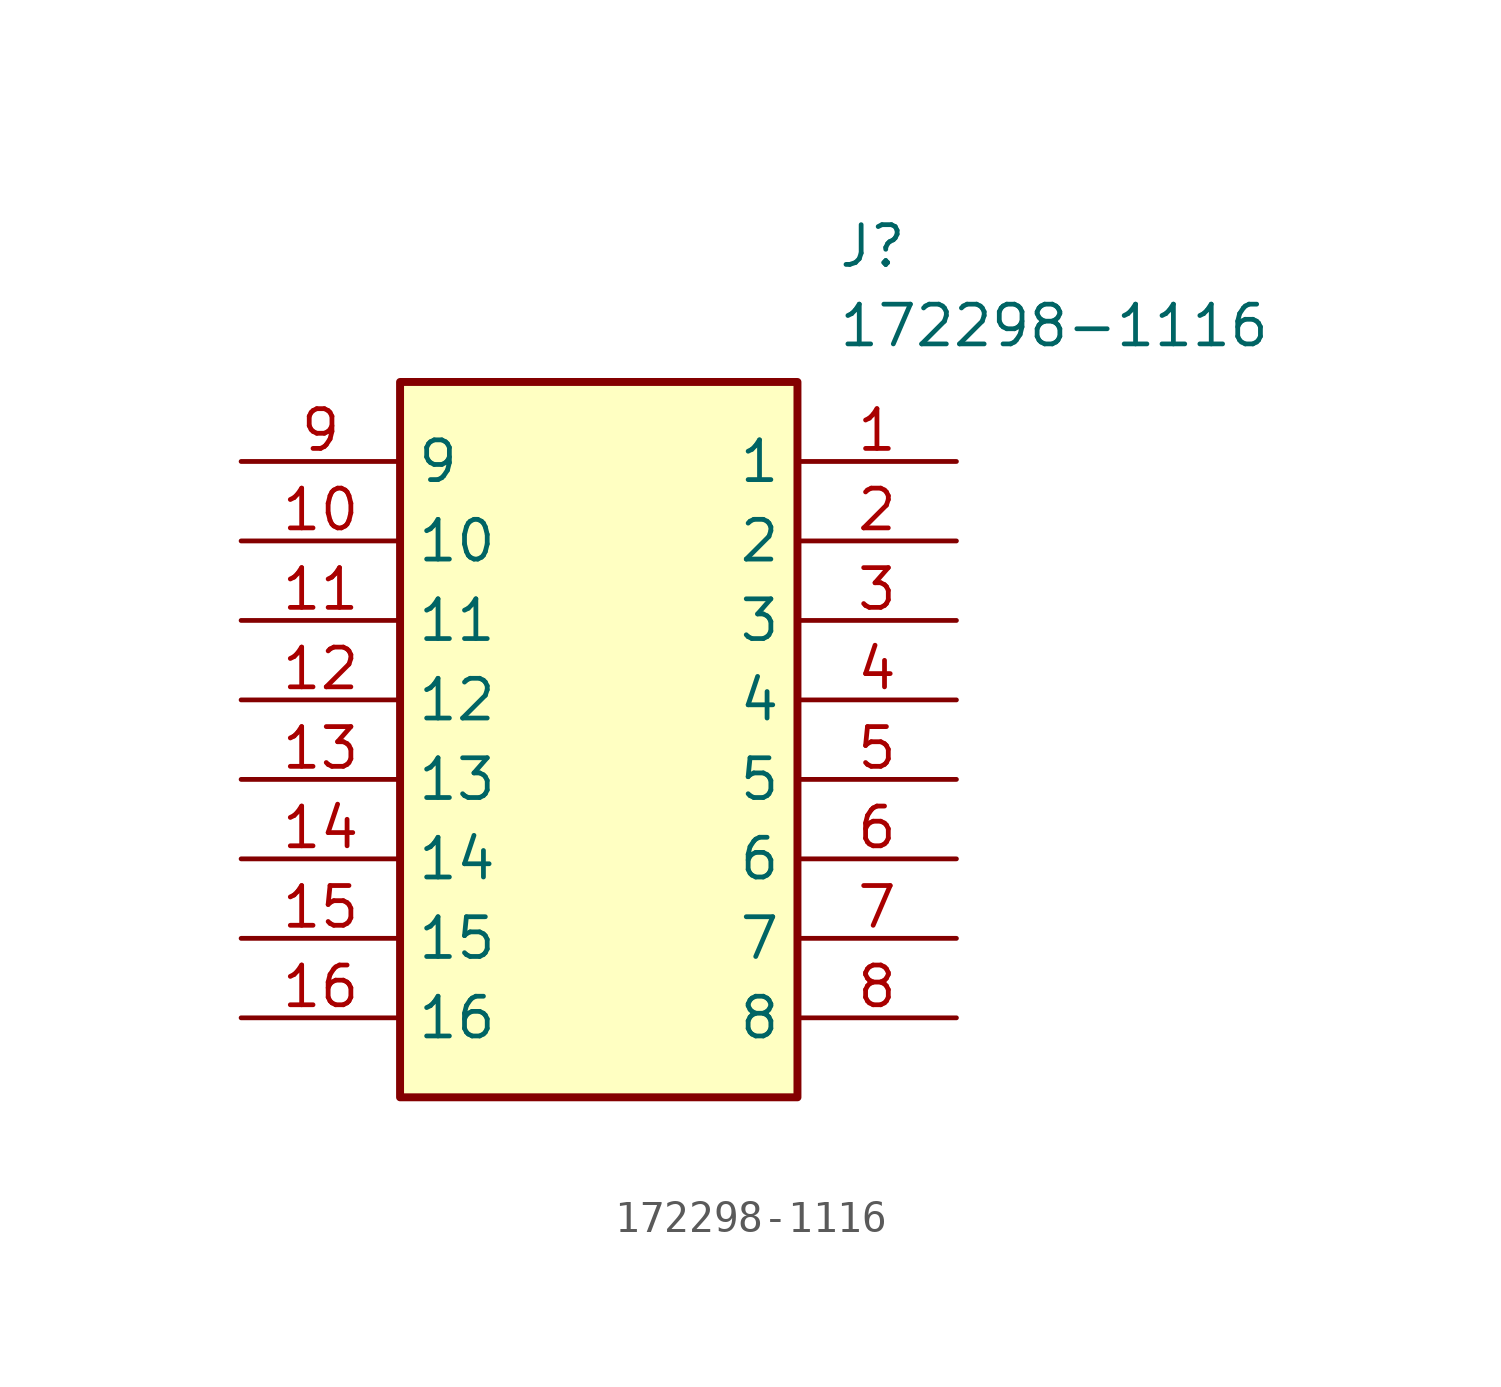
<source format=kicad_sym>
(kicad_symbol_lib
  (version 20211014)
  (generator SamacSys_ECAD_Model)
  (symbol "172298-1116"
    (property "Reference" "J"
      (at 19.05 7.62 0)
      (effects (font (size 1.27 1.27)) (justify left top)))
    (property "Value" "172298-1116"
      (at 19.05 5.08 0)
      (effects (font (size 1.27 1.27)) (justify left top)))
    (rectangle
      (start 5.08 2.54)
      (end 17.78 -20.32)
      (stroke (width 0.254) (type default))
      (fill (type background)))
    (pin passive line
      (at 22.86 0 180)
      (length 5.08)
      (name "1" (effects (font (size 1.27 1.27))))
      (number "1" (effects (font (size 1.27 1.27)))))
    (pin passive line
      (at 22.86 -2.54 180)
      (length 5.08)
      (name "2" (effects (font (size 1.27 1.27))))
      (number "2" (effects (font (size 1.27 1.27)))))
    (pin passive line
      (at 22.86 -5.08 180)
      (length 5.08)
      (name "3" (effects (font (size 1.27 1.27))))
      (number "3" (effects (font (size 1.27 1.27)))))
    (pin passive line
      (at 22.86 -7.62 180)
      (length 5.08)
      (name "4" (effects (font (size 1.27 1.27))))
      (number "4" (effects (font (size 1.27 1.27)))))
    (pin passive line
      (at 22.86 -10.16 180)
      (length 5.08)
      (name "5" (effects (font (size 1.27 1.27))))
      (number "5" (effects (font (size 1.27 1.27)))))
    (pin passive line
      (at 22.86 -12.7 180)
      (length 5.08)
      (name "6" (effects (font (size 1.27 1.27))))
      (number "6" (effects (font (size 1.27 1.27)))))
    (pin passive line
      (at 22.86 -15.24 180)
      (length 5.08)
      (name "7" (effects (font (size 1.27 1.27))))
      (number "7" (effects (font (size 1.27 1.27)))))
    (pin passive line
      (at 22.86 -17.78 180)
      (length 5.08)
      (name "8" (effects (font (size 1.27 1.27))))
      (number "8" (effects (font (size 1.27 1.27)))))
    (pin passive line
      (at 0 0 0)
      (length 5.08)
      (name "9" (effects (font (size 1.27 1.27))))
      (number "9" (effects (font (size 1.27 1.27)))))
    (pin passive line
      (at 0 -2.54 0)
      (length 5.08)
      (name "10" (effects (font (size 1.27 1.27))))
      (number "10" (effects (font (size 1.27 1.27)))))
    (pin passive line
      (at 0 -5.08 0)
      (length 5.08)
      (name "11" (effects (font (size 1.27 1.27))))
      (number "11" (effects (font (size 1.27 1.27)))))
    (pin passive line
      (at 0 -7.62 0)
      (length 5.08)
      (name "12" (effects (font (size 1.27 1.27))))
      (number "12" (effects (font (size 1.27 1.27)))))
    (pin passive line
      (at 0 -10.16 0)
      (length 5.08)
      (name "13" (effects (font (size 1.27 1.27))))
      (number "13" (effects (font (size 1.27 1.27)))))
    (pin passive line
      (at 0 -12.7 0)
      (length 5.08)
      (name "14" (effects (font (size 1.27 1.27))))
      (number "14" (effects (font (size 1.27 1.27)))))
    (pin passive line
      (at 0 -15.24 0)
      (length 5.08)
      (name "15" (effects (font (size 1.27 1.27))))
      (number "15" (effects (font (size 1.27 1.27)))))
    (pin passive line
      (at 0 -17.78 0)
      (length 5.08)
      (name "16" (effects (font (size 1.27 1.27))))
      (number "16" (effects (font (size 1.27 1.27)))))))
</source>
